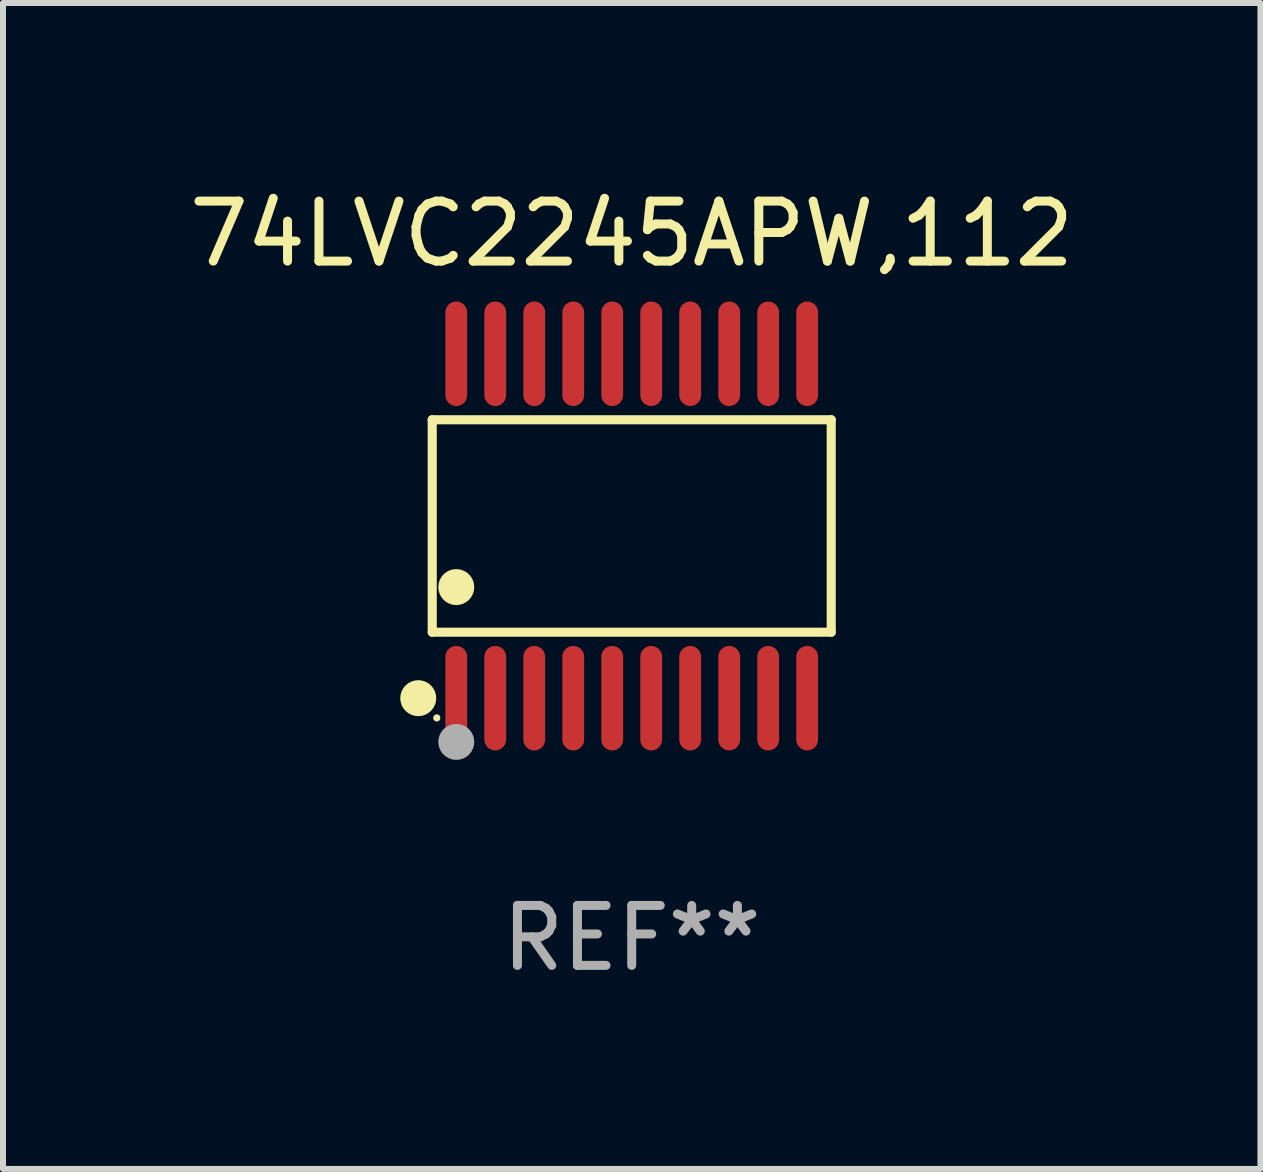
<source format=kicad_pcb>
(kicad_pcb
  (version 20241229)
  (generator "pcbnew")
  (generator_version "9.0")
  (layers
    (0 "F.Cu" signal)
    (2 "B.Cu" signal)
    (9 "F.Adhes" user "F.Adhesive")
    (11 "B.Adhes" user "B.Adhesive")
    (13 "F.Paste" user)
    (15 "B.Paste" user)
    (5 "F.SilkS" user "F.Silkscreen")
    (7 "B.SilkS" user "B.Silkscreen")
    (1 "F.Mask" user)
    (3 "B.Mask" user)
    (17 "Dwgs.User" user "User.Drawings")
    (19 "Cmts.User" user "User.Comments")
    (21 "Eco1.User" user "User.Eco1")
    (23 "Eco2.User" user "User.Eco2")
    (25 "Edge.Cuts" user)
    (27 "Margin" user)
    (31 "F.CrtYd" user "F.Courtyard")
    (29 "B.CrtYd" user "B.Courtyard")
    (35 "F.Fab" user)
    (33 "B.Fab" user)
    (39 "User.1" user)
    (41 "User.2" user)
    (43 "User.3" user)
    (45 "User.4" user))
  (footprint "74LVC2245APW,112"
    (layer "F.Cu")
    (at 7.482 5.719)
    (property "Reference" "74LVC2245APW,112" (at 0 -4.871 0) (layer "F.SilkS") (effects (font (size 1 1) (thickness 0.15))))
    (attr through_hole)
    (fp_line (start -3.326 -1.771) (end 3.326 -1.771) (stroke (width 0.152) (type solid)) (layer "F.SilkS"))
    (fp_line (start -3.326 1.771) (end -3.326 -1.771) (stroke (width 0.152) (type solid)) (layer "F.SilkS"))
    (fp_line (start 3.326 -1.771) (end 3.326 1.771) (stroke (width 0.152) (type solid)) (layer "F.SilkS"))
    (fp_line (start 3.326 1.771) (end -3.326 1.771) (stroke (width 0.152) (type solid)) (layer "F.SilkS"))
    (fp_circle (center -3.559 2.871) (end -3.409 2.871) (stroke (width 0.3) (type solid)) (fill no) (layer "F.SilkS"))
    (fp_circle (center -3.25 3.2) (end -3.22 3.2) (stroke (width 0.06) (type solid)) (fill no) (layer "F.SilkS"))
    (fp_circle (center -2.925 1.019) (end -2.775 1.019) (stroke (width 0.3) (type solid)) (fill no) (layer "F.SilkS"))
    (fp_circle (center -2.925 3.6) (end -2.775 3.6) (stroke (width 0.3) (type solid)) (fill no) (layer "F.Fab"))
    (fp_text user "REF**" (at 0 6.871 0) (layer "F.Fab") (effects (font (size 1 1) (thickness 0.15))))
    (pad "1" smd oval (at -2.925 2.871) (size 0.364 1.742) (layers "F.Cu" "F.Mask" "F.Paste"))
    (pad "2" smd oval (at -2.275 2.871) (size 0.364 1.742) (layers "F.Cu" "F.Mask" "F.Paste"))
    (pad "3" smd oval (at -1.625 2.871) (size 0.364 1.742) (layers "F.Cu" "F.Mask" "F.Paste"))
    (pad "4" smd oval (at -0.975 2.871) (size 0.364 1.742) (layers "F.Cu" "F.Mask" "F.Paste"))
    (pad "5" smd oval (at -0.325 2.871) (size 0.364 1.742) (layers "F.Cu" "F.Mask" "F.Paste"))
    (pad "6" smd oval (at 0.325 2.871) (size 0.364 1.742) (layers "F.Cu" "F.Mask" "F.Paste"))
    (pad "7" smd oval (at 0.975 2.871) (size 0.364 1.742) (layers "F.Cu" "F.Mask" "F.Paste"))
    (pad "8" smd oval (at 1.625 2.871) (size 0.364 1.742) (layers "F.Cu" "F.Mask" "F.Paste"))
    (pad "9" smd oval (at 2.275 2.871) (size 0.364 1.742) (layers "F.Cu" "F.Mask" "F.Paste"))
    (pad "10" smd oval (at 2.925 2.871) (size 0.364 1.742) (layers "F.Cu" "F.Mask" "F.Paste"))
    (pad "11" smd oval (at 2.925 -2.871) (size 0.364 1.742) (layers "F.Cu" "F.Mask" "F.Paste"))
    (pad "12" smd oval (at 2.275 -2.871) (size 0.364 1.742) (layers "F.Cu" "F.Mask" "F.Paste"))
    (pad "13" smd oval (at 1.625 -2.871) (size 0.364 1.742) (layers "F.Cu" "F.Mask" "F.Paste"))
    (pad "14" smd oval (at 0.975 -2.871) (size 0.364 1.742) (layers "F.Cu" "F.Mask" "F.Paste"))
    (pad "15" smd oval (at 0.325 -2.871) (size 0.364 1.742) (layers "F.Cu" "F.Mask" "F.Paste"))
    (pad "16" smd oval (at -0.325 -2.871) (size 0.364 1.742) (layers "F.Cu" "F.Mask" "F.Paste"))
    (pad "17" smd oval (at -0.975 -2.871) (size 0.364 1.742) (layers "F.Cu" "F.Mask" "F.Paste"))
    (pad "18" smd oval (at -1.625 -2.871) (size 0.364 1.742) (layers "F.Cu" "F.Mask" "F.Paste"))
    (pad "19" smd oval (at -2.275 -2.871) (size 0.364 1.742) (layers "F.Cu" "F.Mask" "F.Paste"))
    (pad "20" smd oval (at -2.925 -2.871) (size 0.364 1.742) (layers "F.Cu" "F.Mask" "F.Paste")))
  (gr_rect
    (start -3 -3)
    (end 17.964 16.438)
    (stroke (width 0.1) (type default))
    (fill no)
    (layer "Edge.Cuts")))
</source>
